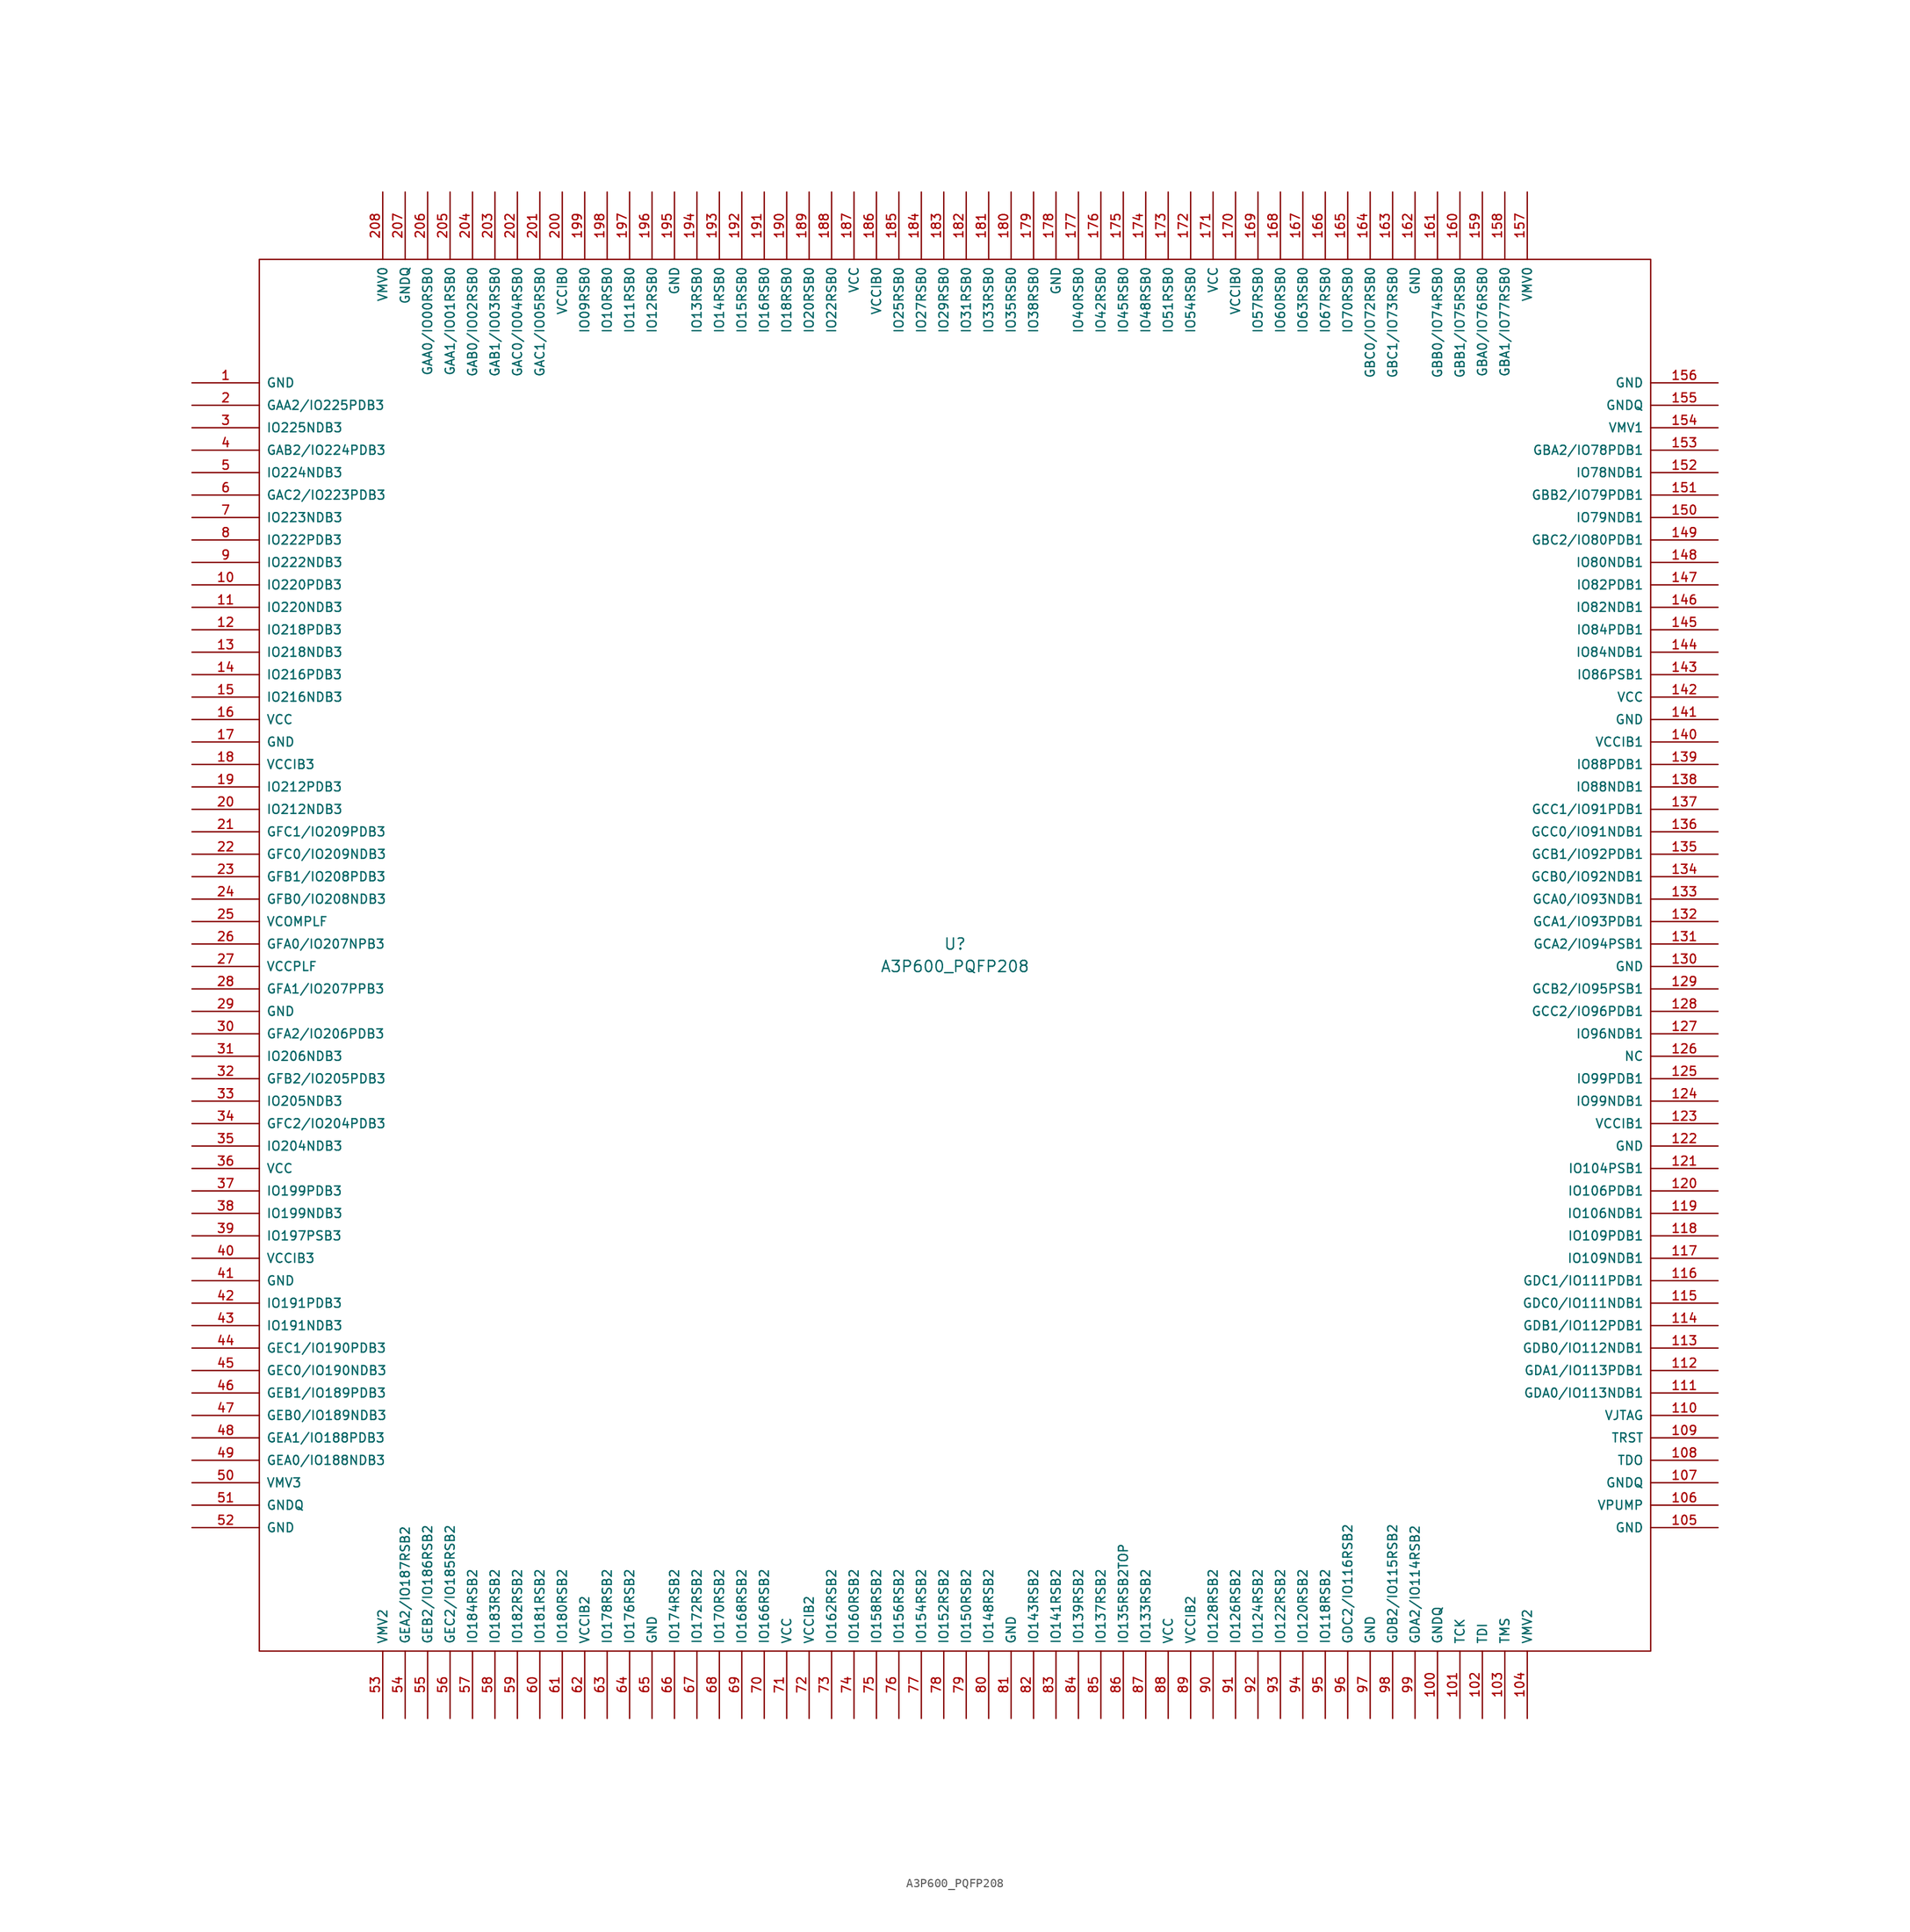
<source format=kicad_sym>
(kicad_symbol_lib
  (version 20211014)
  (generator kicad_symbol_editor)
  (symbol "A3P600_PQFP208"
    (pin_names
      (offset 0.762))
    (property "Reference" "U"
      (at 78.74 -77.47 0)
      (effects (font (size 1.27 1.27))))
    (property "Value" "A3P600_PQFP208"
      (at 78.74 -80.01 0)
      (effects (font (size 1.27 1.27))))
    (property "Footprint" ""
      (at 0 0 0)
      (effects (font (size 1.524 1.524))))
    (property "Datasheet" ""
      (at 0 0 0)
      (effects (font (size 1.524 1.524))))
    (symbol "A3P600_PQFP208_0_0"
      (rectangle (start 0 0) (end 157.48 -157.48) (stroke (width 0) (type default) (color 0 0 0 0)) (fill (type none)))
      (pin passive line (at -7.62 -13.97 0) (length 7.62) (name "GND" (effects (font (size 1.016 1.016)))) (number "1" (effects (font (size 1.016 1.016)))))
      (pin passive line (at -7.62 -36.83 0) (length 7.62) (name "IO220PDB3" (effects (font (size 1.016 1.016)))) (number "10" (effects (font (size 1.016 1.016)))))
      (pin passive line (at 133.35 -165.1 90) (length 7.62) (name "GNDQ" (effects (font (size 1.016 1.016)))) (number "100" (effects (font (size 1.016 1.016)))))
      (pin passive line (at 135.89 -165.1 90) (length 7.62) (name "TCK" (effects (font (size 1.016 1.016)))) (number "101" (effects (font (size 1.016 1.016)))))
      (pin passive line (at 138.43 -165.1 90) (length 7.62) (name "TDI" (effects (font (size 1.016 1.016)))) (number "102" (effects (font (size 1.016 1.016)))))
      (pin passive line (at 140.97 -165.1 90) (length 7.62) (name "TMS" (effects (font (size 1.016 1.016)))) (number "103" (effects (font (size 1.016 1.016)))))
      (pin passive line (at 143.51 -165.1 90) (length 7.62) (name "VMV2" (effects (font (size 1.016 1.016)))) (number "104" (effects (font (size 1.016 1.016)))))
      (pin passive line (at 165.1 -143.51 180) (length 7.62) (name "GND" (effects (font (size 1.016 1.016)))) (number "105" (effects (font (size 1.016 1.016)))))
      (pin passive line (at 165.1 -140.97 180) (length 7.62) (name "VPUMP" (effects (font (size 1.016 1.016)))) (number "106" (effects (font (size 1.016 1.016)))))
      (pin passive line (at 165.1 -138.43 180) (length 7.62) (name "GNDQ" (effects (font (size 1.016 1.016)))) (number "107" (effects (font (size 1.016 1.016)))))
      (pin passive line (at 165.1 -135.89 180) (length 7.62) (name "TDO" (effects (font (size 1.016 1.016)))) (number "108" (effects (font (size 1.016 1.016)))))
      (pin passive line (at 165.1 -133.35 180) (length 7.62) (name "TRST" (effects (font (size 1.016 1.016)))) (number "109" (effects (font (size 1.016 1.016)))))
      (pin passive line (at -7.62 -39.37 0) (length 7.62) (name "IO220NDB3" (effects (font (size 1.016 1.016)))) (number "11" (effects (font (size 1.016 1.016)))))
      (pin passive line (at 165.1 -130.81 180) (length 7.62) (name "VJTAG" (effects (font (size 1.016 1.016)))) (number "110" (effects (font (size 1.016 1.016)))))
      (pin passive line (at 165.1 -128.27 180) (length 7.62) (name "GDA0/IO113NDB1" (effects (font (size 1.016 1.016)))) (number "111" (effects (font (size 1.016 1.016)))))
      (pin passive line (at 165.1 -125.73 180) (length 7.62) (name "GDA1/IO113PDB1" (effects (font (size 1.016 1.016)))) (number "112" (effects (font (size 1.016 1.016)))))
      (pin passive line (at 165.1 -123.19 180) (length 7.62) (name "GDB0/IO112NDB1" (effects (font (size 1.016 1.016)))) (number "113" (effects (font (size 1.016 1.016)))))
      (pin passive line (at 165.1 -120.65 180) (length 7.62) (name "GDB1/IO112PDB1" (effects (font (size 1.016 1.016)))) (number "114" (effects (font (size 1.016 1.016)))))
      (pin passive line (at 165.1 -118.11 180) (length 7.62) (name "GDC0/IO111NDB1" (effects (font (size 1.016 1.016)))) (number "115" (effects (font (size 1.016 1.016)))))
      (pin passive line (at 165.1 -115.57 180) (length 7.62) (name "GDC1/IO111PDB1" (effects (font (size 1.016 1.016)))) (number "116" (effects (font (size 1.016 1.016)))))
      (pin passive line (at 165.1 -113.03 180) (length 7.62) (name "IO109NDB1" (effects (font (size 1.016 1.016)))) (number "117" (effects (font (size 1.016 1.016)))))
      (pin passive line (at 165.1 -110.49 180) (length 7.62) (name "IO109PDB1" (effects (font (size 1.016 1.016)))) (number "118" (effects (font (size 1.016 1.016)))))
      (pin passive line (at 165.1 -107.95 180) (length 7.62) (name "IO106NDB1" (effects (font (size 1.016 1.016)))) (number "119" (effects (font (size 1.016 1.016)))))
      (pin passive line (at -7.62 -41.91 0) (length 7.62) (name "IO218PDB3" (effects (font (size 1.016 1.016)))) (number "12" (effects (font (size 1.016 1.016)))))
      (pin passive line (at 165.1 -105.41 180) (length 7.62) (name "IO106PDB1" (effects (font (size 1.016 1.016)))) (number "120" (effects (font (size 1.016 1.016)))))
      (pin passive line (at 165.1 -102.87 180) (length 7.62) (name "IO104PSB1" (effects (font (size 1.016 1.016)))) (number "121" (effects (font (size 1.016 1.016)))))
      (pin passive line (at 165.1 -100.33 180) (length 7.62) (name "GND" (effects (font (size 1.016 1.016)))) (number "122" (effects (font (size 1.016 1.016)))))
      (pin passive line (at 165.1 -97.79 180) (length 7.62) (name "VCCIB1" (effects (font (size 1.016 1.016)))) (number "123" (effects (font (size 1.016 1.016)))))
      (pin passive line (at 165.1 -95.25 180) (length 7.62) (name "IO99NDB1" (effects (font (size 1.016 1.016)))) (number "124" (effects (font (size 1.016 1.016)))))
      (pin passive line (at 165.1 -92.71 180) (length 7.62) (name "IO99PDB1" (effects (font (size 1.016 1.016)))) (number "125" (effects (font (size 1.016 1.016)))))
      (pin passive line (at 165.1 -90.17 180) (length 7.62) (name "NC" (effects (font (size 1.016 1.016)))) (number "126" (effects (font (size 1.016 1.016)))))
      (pin passive line (at 165.1 -87.63 180) (length 7.62) (name "IO96NDB1" (effects (font (size 1.016 1.016)))) (number "127" (effects (font (size 1.016 1.016)))))
      (pin passive line (at 165.1 -85.09 180) (length 7.62) (name "GCC2/IO96PDB1" (effects (font (size 1.016 1.016)))) (number "128" (effects (font (size 1.016 1.016)))))
      (pin passive line (at 165.1 -82.55 180) (length 7.62) (name "GCB2/IO95PSB1" (effects (font (size 1.016 1.016)))) (number "129" (effects (font (size 1.016 1.016)))))
      (pin passive line (at -7.62 -44.45 0) (length 7.62) (name "IO218NDB3" (effects (font (size 1.016 1.016)))) (number "13" (effects (font (size 1.016 1.016)))))
      (pin passive line (at 165.1 -80.01 180) (length 7.62) (name "GND" (effects (font (size 1.016 1.016)))) (number "130" (effects (font (size 1.016 1.016)))))
      (pin passive line (at 165.1 -77.47 180) (length 7.62) (name "GCA2/IO94PSB1" (effects (font (size 1.016 1.016)))) (number "131" (effects (font (size 1.016 1.016)))))
      (pin passive line (at 165.1 -74.93 180) (length 7.62) (name "GCA1/IO93PDB1" (effects (font (size 1.016 1.016)))) (number "132" (effects (font (size 1.016 1.016)))))
      (pin passive line (at 165.1 -72.39 180) (length 7.62) (name "GCA0/IO93NDB1" (effects (font (size 1.016 1.016)))) (number "133" (effects (font (size 1.016 1.016)))))
      (pin passive line (at 165.1 -69.85 180) (length 7.62) (name "GCB0/IO92NDB1" (effects (font (size 1.016 1.016)))) (number "134" (effects (font (size 1.016 1.016)))))
      (pin passive line (at 165.1 -67.31 180) (length 7.62) (name "GCB1/IO92PDB1" (effects (font (size 1.016 1.016)))) (number "135" (effects (font (size 1.016 1.016)))))
      (pin passive line (at 165.1 -64.77 180) (length 7.62) (name "GCC0/IO91NDB1" (effects (font (size 1.016 1.016)))) (number "136" (effects (font (size 1.016 1.016)))))
      (pin passive line (at 165.1 -62.23 180) (length 7.62) (name "GCC1/IO91PDB1" (effects (font (size 1.016 1.016)))) (number "137" (effects (font (size 1.016 1.016)))))
      (pin passive line (at 165.1 -59.69 180) (length 7.62) (name "IO88NDB1" (effects (font (size 1.016 1.016)))) (number "138" (effects (font (size 1.016 1.016)))))
      (pin passive line (at 165.1 -57.15 180) (length 7.62) (name "IO88PDB1" (effects (font (size 1.016 1.016)))) (number "139" (effects (font (size 1.016 1.016)))))
      (pin passive line (at -7.62 -46.99 0) (length 7.62) (name "IO216PDB3" (effects (font (size 1.016 1.016)))) (number "14" (effects (font (size 1.016 1.016)))))
      (pin passive line (at 165.1 -54.61 180) (length 7.62) (name "VCCIB1" (effects (font (size 1.016 1.016)))) (number "140" (effects (font (size 1.016 1.016)))))
      (pin passive line (at 165.1 -52.07 180) (length 7.62) (name "GND" (effects (font (size 1.016 1.016)))) (number "141" (effects (font (size 1.016 1.016)))))
      (pin passive line (at 165.1 -49.53 180) (length 7.62) (name "VCC" (effects (font (size 1.016 1.016)))) (number "142" (effects (font (size 1.016 1.016)))))
      (pin passive line (at 165.1 -46.99 180) (length 7.62) (name "IO86PSB1" (effects (font (size 1.016 1.016)))) (number "143" (effects (font (size 1.016 1.016)))))
      (pin passive line (at 165.1 -44.45 180) (length 7.62) (name "IO84NDB1" (effects (font (size 1.016 1.016)))) (number "144" (effects (font (size 1.016 1.016)))))
      (pin passive line (at 165.1 -41.91 180) (length 7.62) (name "IO84PDB1" (effects (font (size 1.016 1.016)))) (number "145" (effects (font (size 1.016 1.016)))))
      (pin passive line (at 165.1 -39.37 180) (length 7.62) (name "IO82NDB1" (effects (font (size 1.016 1.016)))) (number "146" (effects (font (size 1.016 1.016)))))
      (pin passive line (at 165.1 -36.83 180) (length 7.62) (name "IO82PDB1" (effects (font (size 1.016 1.016)))) (number "147" (effects (font (size 1.016 1.016)))))
      (pin passive line (at 165.1 -34.29 180) (length 7.62) (name "IO80NDB1" (effects (font (size 1.016 1.016)))) (number "148" (effects (font (size 1.016 1.016)))))
      (pin passive line (at 165.1 -31.75 180) (length 7.62) (name "GBC2/IO80PDB1" (effects (font (size 1.016 1.016)))) (number "149" (effects (font (size 1.016 1.016)))))
      (pin passive line (at -7.62 -49.53 0) (length 7.62) (name "IO216NDB3" (effects (font (size 1.016 1.016)))) (number "15" (effects (font (size 1.016 1.016)))))
      (pin passive line (at 165.1 -29.21 180) (length 7.62) (name "IO79NDB1" (effects (font (size 1.016 1.016)))) (number "150" (effects (font (size 1.016 1.016)))))
      (pin passive line (at 165.1 -26.67 180) (length 7.62) (name "GBB2/IO79PDB1" (effects (font (size 1.016 1.016)))) (number "151" (effects (font (size 1.016 1.016)))))
      (pin passive line (at 165.1 -24.13 180) (length 7.62) (name "IO78NDB1" (effects (font (size 1.016 1.016)))) (number "152" (effects (font (size 1.016 1.016)))))
      (pin passive line (at 165.1 -21.59 180) (length 7.62) (name "GBA2/IO78PDB1" (effects (font (size 1.016 1.016)))) (number "153" (effects (font (size 1.016 1.016)))))
      (pin passive line (at 165.1 -19.05 180) (length 7.62) (name "VMV1" (effects (font (size 1.016 1.016)))) (number "154" (effects (font (size 1.016 1.016)))))
      (pin passive line (at 165.1 -16.51 180) (length 7.62) (name "GNDQ" (effects (font (size 1.016 1.016)))) (number "155" (effects (font (size 1.016 1.016)))))
      (pin passive line (at 165.1 -13.97 180) (length 7.62) (name "GND" (effects (font (size 1.016 1.016)))) (number "156" (effects (font (size 1.016 1.016)))))
      (pin passive line (at 143.51 7.62 270) (length 7.62) (name "VMV0" (effects (font (size 1.016 1.016)))) (number "157" (effects (font (size 1.016 1.016)))))
      (pin passive line (at 140.97 7.62 270) (length 7.62) (name "GBA1/IO77RSB0" (effects (font (size 1.016 1.016)))) (number "158" (effects (font (size 1.016 1.016)))))
      (pin passive line (at 138.43 7.62 270) (length 7.62) (name "GBA0/IO76RSB0" (effects (font (size 1.016 1.016)))) (number "159" (effects (font (size 1.016 1.016)))))
      (pin passive line (at -7.62 -52.07 0) (length 7.62) (name "VCC" (effects (font (size 1.016 1.016)))) (number "16" (effects (font (size 1.016 1.016)))))
      (pin passive line (at 135.89 7.62 270) (length 7.62) (name "GBB1/IO75RSB0" (effects (font (size 1.016 1.016)))) (number "160" (effects (font (size 1.016 1.016)))))
      (pin passive line (at 133.35 7.62 270) (length 7.62) (name "GBB0/IO74RSB0" (effects (font (size 1.016 1.016)))) (number "161" (effects (font (size 1.016 1.016)))))
      (pin passive line (at 130.81 7.62 270) (length 7.62) (name "GND" (effects (font (size 1.016 1.016)))) (number "162" (effects (font (size 1.016 1.016)))))
      (pin passive line (at 128.27 7.62 270) (length 7.62) (name "GBC1/IO73RSB0" (effects (font (size 1.016 1.016)))) (number "163" (effects (font (size 1.016 1.016)))))
      (pin passive line (at 125.73 7.62 270) (length 7.62) (name "GBC0/IO72RSB0" (effects (font (size 1.016 1.016)))) (number "164" (effects (font (size 1.016 1.016)))))
      (pin passive line (at 123.19 7.62 270) (length 7.62) (name "IO70RSB0" (effects (font (size 1.016 1.016)))) (number "165" (effects (font (size 1.016 1.016)))))
      (pin passive line (at 120.65 7.62 270) (length 7.62) (name "IO67RSB0" (effects (font (size 1.016 1.016)))) (number "166" (effects (font (size 1.016 1.016)))))
      (pin passive line (at 118.11 7.62 270) (length 7.62) (name "IO63RSB0" (effects (font (size 1.016 1.016)))) (number "167" (effects (font (size 1.016 1.016)))))
      (pin passive line (at 115.57 7.62 270) (length 7.62) (name "IO60RSB0" (effects (font (size 1.016 1.016)))) (number "168" (effects (font (size 1.016 1.016)))))
      (pin passive line (at 113.03 7.62 270) (length 7.62) (name "IO57RSB0" (effects (font (size 1.016 1.016)))) (number "169" (effects (font (size 1.016 1.016)))))
      (pin passive line (at -7.62 -54.61 0) (length 7.62) (name "GND" (effects (font (size 1.016 1.016)))) (number "17" (effects (font (size 1.016 1.016)))))
      (pin passive line (at 110.49 7.62 270) (length 7.62) (name "VCCIB0" (effects (font (size 1.016 1.016)))) (number "170" (effects (font (size 1.016 1.016)))))
      (pin passive line (at 107.95 7.62 270) (length 7.62) (name "VCC" (effects (font (size 1.016 1.016)))) (number "171" (effects (font (size 1.016 1.016)))))
      (pin passive line (at 105.41 7.62 270) (length 7.62) (name "IO54RSB0" (effects (font (size 1.016 1.016)))) (number "172" (effects (font (size 1.016 1.016)))))
      (pin passive line (at 102.87 7.62 270) (length 7.62) (name "IO51RSB0" (effects (font (size 1.016 1.016)))) (number "173" (effects (font (size 1.016 1.016)))))
      (pin passive line (at 100.33 7.62 270) (length 7.62) (name "IO48RSB0" (effects (font (size 1.016 1.016)))) (number "174" (effects (font (size 1.016 1.016)))))
      (pin passive line (at 97.79 7.62 270) (length 7.62) (name "IO45RSB0" (effects (font (size 1.016 1.016)))) (number "175" (effects (font (size 1.016 1.016)))))
      (pin passive line (at 95.25 7.62 270) (length 7.62) (name "IO42RSB0" (effects (font (size 1.016 1.016)))) (number "176" (effects (font (size 1.016 1.016)))))
      (pin passive line (at 92.71 7.62 270) (length 7.62) (name "IO40RSB0" (effects (font (size 1.016 1.016)))) (number "177" (effects (font (size 1.016 1.016)))))
      (pin passive line (at 90.17 7.62 270) (length 7.62) (name "GND" (effects (font (size 1.016 1.016)))) (number "178" (effects (font (size 1.016 1.016)))))
      (pin passive line (at 87.63 7.62 270) (length 7.62) (name "IO38RSB0" (effects (font (size 1.016 1.016)))) (number "179" (effects (font (size 1.016 1.016)))))
      (pin passive line (at -7.62 -57.15 0) (length 7.62) (name "VCCIB3" (effects (font (size 1.016 1.016)))) (number "18" (effects (font (size 1.016 1.016)))))
      (pin passive line (at 85.09 7.62 270) (length 7.62) (name "IO35RSB0" (effects (font (size 1.016 1.016)))) (number "180" (effects (font (size 1.016 1.016)))))
      (pin passive line (at 82.55 7.62 270) (length 7.62) (name "IO33RSB0" (effects (font (size 1.016 1.016)))) (number "181" (effects (font (size 1.016 1.016)))))
      (pin passive line (at 80.01 7.62 270) (length 7.62) (name "IO31RSB0" (effects (font (size 1.016 1.016)))) (number "182" (effects (font (size 1.016 1.016)))))
      (pin passive line (at 77.47 7.62 270) (length 7.62) (name "IO29RSB0" (effects (font (size 1.016 1.016)))) (number "183" (effects (font (size 1.016 1.016)))))
      (pin passive line (at 74.93 7.62 270) (length 7.62) (name "IO27RSB0" (effects (font (size 1.016 1.016)))) (number "184" (effects (font (size 1.016 1.016)))))
      (pin passive line (at 72.39 7.62 270) (length 7.62) (name "IO25RSB0" (effects (font (size 1.016 1.016)))) (number "185" (effects (font (size 1.016 1.016)))))
      (pin passive line (at 69.85 7.62 270) (length 7.62) (name "VCCIB0" (effects (font (size 1.016 1.016)))) (number "186" (effects (font (size 1.016 1.016)))))
      (pin passive line (at 67.31 7.62 270) (length 7.62) (name "VCC" (effects (font (size 1.016 1.016)))) (number "187" (effects (font (size 1.016 1.016)))))
      (pin passive line (at 64.77 7.62 270) (length 7.62) (name "IO22RSB0" (effects (font (size 1.016 1.016)))) (number "188" (effects (font (size 1.016 1.016)))))
      (pin passive line (at 62.23 7.62 270) (length 7.62) (name "IO20RSB0" (effects (font (size 1.016 1.016)))) (number "189" (effects (font (size 1.016 1.016)))))
      (pin passive line (at -7.62 -59.69 0) (length 7.62) (name "IO212PDB3" (effects (font (size 1.016 1.016)))) (number "19" (effects (font (size 1.016 1.016)))))
      (pin passive line (at 59.69 7.62 270) (length 7.62) (name "IO18RSB0" (effects (font (size 1.016 1.016)))) (number "190" (effects (font (size 1.016 1.016)))))
      (pin passive line (at 57.15 7.62 270) (length 7.62) (name "IO16RSB0" (effects (font (size 1.016 1.016)))) (number "191" (effects (font (size 1.016 1.016)))))
      (pin passive line (at 54.61 7.62 270) (length 7.62) (name "IO15RSB0" (effects (font (size 1.016 1.016)))) (number "192" (effects (font (size 1.016 1.016)))))
      (pin passive line (at 52.07 7.62 270) (length 7.62) (name "IO14RSB0" (effects (font (size 1.016 1.016)))) (number "193" (effects (font (size 1.016 1.016)))))
      (pin passive line (at 49.53 7.62 270) (length 7.62) (name "IO13RSB0" (effects (font (size 1.016 1.016)))) (number "194" (effects (font (size 1.016 1.016)))))
      (pin passive line (at 46.99 7.62 270) (length 7.62) (name "GND" (effects (font (size 1.016 1.016)))) (number "195" (effects (font (size 1.016 1.016)))))
      (pin passive line (at 44.45 7.62 270) (length 7.62) (name "IO12RSB0" (effects (font (size 1.016 1.016)))) (number "196" (effects (font (size 1.016 1.016)))))
      (pin passive line (at 41.91 7.62 270) (length 7.62) (name "IO11RSB0" (effects (font (size 1.016 1.016)))) (number "197" (effects (font (size 1.016 1.016)))))
      (pin passive line (at 39.37 7.62 270) (length 7.62) (name "IO10RSB0" (effects (font (size 1.016 1.016)))) (number "198" (effects (font (size 1.016 1.016)))))
      (pin passive line (at 36.83 7.62 270) (length 7.62) (name "IO09RSB0" (effects (font (size 1.016 1.016)))) (number "199" (effects (font (size 1.016 1.016)))))
      (pin passive line (at -7.62 -16.51 0) (length 7.62) (name "GAA2/IO225PDB3" (effects (font (size 1.016 1.016)))) (number "2" (effects (font (size 1.016 1.016)))))
      (pin passive line (at -7.62 -62.23 0) (length 7.62) (name "IO212NDB3" (effects (font (size 1.016 1.016)))) (number "20" (effects (font (size 1.016 1.016)))))
      (pin passive line (at 34.29 7.62 270) (length 7.62) (name "VCCIB0" (effects (font (size 1.016 1.016)))) (number "200" (effects (font (size 1.016 1.016)))))
      (pin passive line (at 31.75 7.62 270) (length 7.62) (name "GAC1/IO05RSB0" (effects (font (size 1.016 1.016)))) (number "201" (effects (font (size 1.016 1.016)))))
      (pin passive line (at 29.21 7.62 270) (length 7.62) (name "GAC0/IO04RSB0" (effects (font (size 1.016 1.016)))) (number "202" (effects (font (size 1.016 1.016)))))
      (pin passive line (at 26.67 7.62 270) (length 7.62) (name "GAB1/IO03RSB0" (effects (font (size 1.016 1.016)))) (number "203" (effects (font (size 1.016 1.016)))))
      (pin passive line (at 24.13 7.62 270) (length 7.62) (name "GAB0/IO02RSB0" (effects (font (size 1.016 1.016)))) (number "204" (effects (font (size 1.016 1.016)))))
      (pin passive line (at 21.59 7.62 270) (length 7.62) (name "GAA1/IO01RSB0" (effects (font (size 1.016 1.016)))) (number "205" (effects (font (size 1.016 1.016)))))
      (pin passive line (at 19.05 7.62 270) (length 7.62) (name "GAA0/IO00RSB0" (effects (font (size 1.016 1.016)))) (number "206" (effects (font (size 1.016 1.016)))))
      (pin passive line (at 16.51 7.62 270) (length 7.62) (name "GNDQ" (effects (font (size 1.016 1.016)))) (number "207" (effects (font (size 1.016 1.016)))))
      (pin passive line (at 13.97 7.62 270) (length 7.62) (name "VMV0" (effects (font (size 1.016 1.016)))) (number "208" (effects (font (size 1.016 1.016)))))
      (pin passive line (at -7.62 -64.77 0) (length 7.62) (name "GFC1/IO209PDB3" (effects (font (size 1.016 1.016)))) (number "21" (effects (font (size 1.016 1.016)))))
      (pin passive line (at -7.62 -67.31 0) (length 7.62) (name "GFC0/IO209NDB3" (effects (font (size 1.016 1.016)))) (number "22" (effects (font (size 1.016 1.016)))))
      (pin passive line (at -7.62 -69.85 0) (length 7.62) (name "GFB1/IO208PDB3" (effects (font (size 1.016 1.016)))) (number "23" (effects (font (size 1.016 1.016)))))
      (pin passive line (at -7.62 -72.39 0) (length 7.62) (name "GFB0/IO208NDB3" (effects (font (size 1.016 1.016)))) (number "24" (effects (font (size 1.016 1.016)))))
      (pin passive line (at -7.62 -74.93 0) (length 7.62) (name "VCOMPLF" (effects (font (size 1.016 1.016)))) (number "25" (effects (font (size 1.016 1.016)))))
      (pin passive line (at -7.62 -77.47 0) (length 7.62) (name "GFA0/IO207NPB3" (effects (font (size 1.016 1.016)))) (number "26" (effects (font (size 1.016 1.016)))))
      (pin passive line (at -7.62 -80.01 0) (length 7.62) (name "VCCPLF" (effects (font (size 1.016 1.016)))) (number "27" (effects (font (size 1.016 1.016)))))
      (pin passive line (at -7.62 -82.55 0) (length 7.62) (name "GFA1/IO207PPB3" (effects (font (size 1.016 1.016)))) (number "28" (effects (font (size 1.016 1.016)))))
      (pin passive line (at -7.62 -85.09 0) (length 7.62) (name "GND" (effects (font (size 1.016 1.016)))) (number "29" (effects (font (size 1.016 1.016)))))
      (pin passive line (at -7.62 -19.05 0) (length 7.62) (name "IO225NDB3" (effects (font (size 1.016 1.016)))) (number "3" (effects (font (size 1.016 1.016)))))
      (pin passive line (at -7.62 -87.63 0) (length 7.62) (name "GFA2/IO206PDB3" (effects (font (size 1.016 1.016)))) (number "30" (effects (font (size 1.016 1.016)))))
      (pin passive line (at -7.62 -90.17 0) (length 7.62) (name "IO206NDB3" (effects (font (size 1.016 1.016)))) (number "31" (effects (font (size 1.016 1.016)))))
      (pin passive line (at -7.62 -92.71 0) (length 7.62) (name "GFB2/IO205PDB3" (effects (font (size 1.016 1.016)))) (number "32" (effects (font (size 1.016 1.016)))))
      (pin passive line (at -7.62 -95.25 0) (length 7.62) (name "IO205NDB3" (effects (font (size 1.016 1.016)))) (number "33" (effects (font (size 1.016 1.016)))))
      (pin passive line (at -7.62 -97.79 0) (length 7.62) (name "GFC2/IO204PDB3" (effects (font (size 1.016 1.016)))) (number "34" (effects (font (size 1.016 1.016)))))
      (pin passive line (at -7.62 -100.33 0) (length 7.62) (name "IO204NDB3" (effects (font (size 1.016 1.016)))) (number "35" (effects (font (size 1.016 1.016)))))
      (pin passive line (at -7.62 -102.87 0) (length 7.62) (name "VCC" (effects (font (size 1.016 1.016)))) (number "36" (effects (font (size 1.016 1.016)))))
      (pin passive line (at -7.62 -105.41 0) (length 7.62) (name "IO199PDB3" (effects (font (size 1.016 1.016)))) (number "37" (effects (font (size 1.016 1.016)))))
      (pin passive line (at -7.62 -107.95 0) (length 7.62) (name "IO199NDB3" (effects (font (size 1.016 1.016)))) (number "38" (effects (font (size 1.016 1.016)))))
      (pin passive line (at -7.62 -110.49 0) (length 7.62) (name "IO197PSB3" (effects (font (size 1.016 1.016)))) (number "39" (effects (font (size 1.016 1.016)))))
      (pin passive line (at -7.62 -21.59 0) (length 7.62) (name "GAB2/IO224PDB3" (effects (font (size 1.016 1.016)))) (number "4" (effects (font (size 1.016 1.016)))))
      (pin passive line (at -7.62 -113.03 0) (length 7.62) (name "VCCIB3" (effects (font (size 1.016 1.016)))) (number "40" (effects (font (size 1.016 1.016)))))
      (pin passive line (at -7.62 -115.57 0) (length 7.62) (name "GND" (effects (font (size 1.016 1.016)))) (number "41" (effects (font (size 1.016 1.016)))))
      (pin passive line (at -7.62 -118.11 0) (length 7.62) (name "IO191PDB3" (effects (font (size 1.016 1.016)))) (number "42" (effects (font (size 1.016 1.016)))))
      (pin passive line (at -7.62 -120.65 0) (length 7.62) (name "IO191NDB3" (effects (font (size 1.016 1.016)))) (number "43" (effects (font (size 1.016 1.016)))))
      (pin passive line (at -7.62 -123.19 0) (length 7.62) (name "GEC1/IO190PDB3" (effects (font (size 1.016 1.016)))) (number "44" (effects (font (size 1.016 1.016)))))
      (pin passive line (at -7.62 -125.73 0) (length 7.62) (name "GEC0/IO190NDB3" (effects (font (size 1.016 1.016)))) (number "45" (effects (font (size 1.016 1.016)))))
      (pin passive line (at -7.62 -128.27 0) (length 7.62) (name "GEB1/IO189PDB3" (effects (font (size 1.016 1.016)))) (number "46" (effects (font (size 1.016 1.016)))))
      (pin passive line (at -7.62 -130.81 0) (length 7.62) (name "GEB0/IO189NDB3" (effects (font (size 1.016 1.016)))) (number "47" (effects (font (size 1.016 1.016)))))
      (pin passive line (at -7.62 -133.35 0) (length 7.62) (name "GEA1/IO188PDB3" (effects (font (size 1.016 1.016)))) (number "48" (effects (font (size 1.016 1.016)))))
      (pin passive line (at -7.62 -135.89 0) (length 7.62) (name "GEA0/IO188NDB3" (effects (font (size 1.016 1.016)))) (number "49" (effects (font (size 1.016 1.016)))))
      (pin passive line (at -7.62 -24.13 0) (length 7.62) (name "IO224NDB3" (effects (font (size 1.016 1.016)))) (number "5" (effects (font (size 1.016 1.016)))))
      (pin passive line (at -7.62 -138.43 0) (length 7.62) (name "VMV3" (effects (font (size 1.016 1.016)))) (number "50" (effects (font (size 1.016 1.016)))))
      (pin passive line (at -7.62 -140.97 0) (length 7.62) (name "GNDQ" (effects (font (size 1.016 1.016)))) (number "51" (effects (font (size 1.016 1.016)))))
      (pin passive line (at -7.62 -143.51 0) (length 7.62) (name "GND" (effects (font (size 1.016 1.016)))) (number "52" (effects (font (size 1.016 1.016)))))
      (pin passive line (at 13.97 -165.1 90) (length 7.62) (name "VMV2" (effects (font (size 1.016 1.016)))) (number "53" (effects (font (size 1.016 1.016)))))
      (pin passive line (at 16.51 -165.1 90) (length 7.62) (name "GEA2/IO187RSB2" (effects (font (size 1.016 1.016)))) (number "54" (effects (font (size 1.016 1.016)))))
      (pin passive line (at 19.05 -165.1 90) (length 7.62) (name "GEB2/IO186RSB2" (effects (font (size 1.016 1.016)))) (number "55" (effects (font (size 1.016 1.016)))))
      (pin passive line (at 21.59 -165.1 90) (length 7.62) (name "GEC2/IO185RSB2" (effects (font (size 1.016 1.016)))) (number "56" (effects (font (size 1.016 1.016)))))
      (pin passive line (at 24.13 -165.1 90) (length 7.62) (name "IO184RSB2" (effects (font (size 1.016 1.016)))) (number "57" (effects (font (size 1.016 1.016)))))
      (pin passive line (at 26.67 -165.1 90) (length 7.62) (name "IO183RSB2" (effects (font (size 1.016 1.016)))) (number "58" (effects (font (size 1.016 1.016)))))
      (pin passive line (at 29.21 -165.1 90) (length 7.62) (name "IO182RSB2" (effects (font (size 1.016 1.016)))) (number "59" (effects (font (size 1.016 1.016)))))
      (pin passive line (at -7.62 -26.67 0) (length 7.62) (name "GAC2/IO223PDB3" (effects (font (size 1.016 1.016)))) (number "6" (effects (font (size 1.016 1.016)))))
      (pin passive line (at 31.75 -165.1 90) (length 7.62) (name "IO181RSB2" (effects (font (size 1.016 1.016)))) (number "60" (effects (font (size 1.016 1.016)))))
      (pin passive line (at 34.29 -165.1 90) (length 7.62) (name "IO180RSB2" (effects (font (size 1.016 1.016)))) (number "61" (effects (font (size 1.016 1.016)))))
      (pin passive line (at 36.83 -165.1 90) (length 7.62) (name "VCCIB2" (effects (font (size 1.016 1.016)))) (number "62" (effects (font (size 1.016 1.016)))))
      (pin passive line (at 39.37 -165.1 90) (length 7.62) (name "IO178RSB2" (effects (font (size 1.016 1.016)))) (number "63" (effects (font (size 1.016 1.016)))))
      (pin passive line (at 41.91 -165.1 90) (length 7.62) (name "IO176RSB2" (effects (font (size 1.016 1.016)))) (number "64" (effects (font (size 1.016 1.016)))))
      (pin passive line (at 44.45 -165.1 90) (length 7.62) (name "GND" (effects (font (size 1.016 1.016)))) (number "65" (effects (font (size 1.016 1.016)))))
      (pin passive line (at 46.99 -165.1 90) (length 7.62) (name "IO174RSB2" (effects (font (size 1.016 1.016)))) (number "66" (effects (font (size 1.016 1.016)))))
      (pin passive line (at 49.53 -165.1 90) (length 7.62) (name "IO172RSB2" (effects (font (size 1.016 1.016)))) (number "67" (effects (font (size 1.016 1.016)))))
      (pin passive line (at 52.07 -165.1 90) (length 7.62) (name "IO170RSB2" (effects (font (size 1.016 1.016)))) (number "68" (effects (font (size 1.016 1.016)))))
      (pin passive line (at 54.61 -165.1 90) (length 7.62) (name "IO168RSB2" (effects (font (size 1.016 1.016)))) (number "69" (effects (font (size 1.016 1.016)))))
      (pin passive line (at -7.62 -29.21 0) (length 7.62) (name "IO223NDB3" (effects (font (size 1.016 1.016)))) (number "7" (effects (font (size 1.016 1.016)))))
      (pin passive line (at 57.15 -165.1 90) (length 7.62) (name "IO166RSB2" (effects (font (size 1.016 1.016)))) (number "70" (effects (font (size 1.016 1.016)))))
      (pin passive line (at 59.69 -165.1 90) (length 7.62) (name "VCC" (effects (font (size 1.016 1.016)))) (number "71" (effects (font (size 1.016 1.016)))))
      (pin passive line (at 62.23 -165.1 90) (length 7.62) (name "VCCIB2" (effects (font (size 1.016 1.016)))) (number "72" (effects (font (size 1.016 1.016)))))
      (pin passive line (at 64.77 -165.1 90) (length 7.62) (name "IO162RSB2" (effects (font (size 1.016 1.016)))) (number "73" (effects (font (size 1.016 1.016)))))
      (pin passive line (at 67.31 -165.1 90) (length 7.62) (name "IO160RSB2" (effects (font (size 1.016 1.016)))) (number "74" (effects (font (size 1.016 1.016)))))
      (pin passive line (at 69.85 -165.1 90) (length 7.62) (name "IO158RSB2" (effects (font (size 1.016 1.016)))) (number "75" (effects (font (size 1.016 1.016)))))
      (pin passive line (at 72.39 -165.1 90) (length 7.62) (name "IO156RSB2" (effects (font (size 1.016 1.016)))) (number "76" (effects (font (size 1.016 1.016)))))
      (pin passive line (at 74.93 -165.1 90) (length 7.62) (name "IO154RSB2" (effects (font (size 1.016 1.016)))) (number "77" (effects (font (size 1.016 1.016)))))
      (pin passive line (at 77.47 -165.1 90) (length 7.62) (name "IO152RSB2" (effects (font (size 1.016 1.016)))) (number "78" (effects (font (size 1.016 1.016)))))
      (pin passive line (at 80.01 -165.1 90) (length 7.62) (name "IO150RSB2" (effects (font (size 1.016 1.016)))) (number "79" (effects (font (size 1.016 1.016)))))
      (pin passive line (at -7.62 -31.75 0) (length 7.62) (name "IO222PDB3" (effects (font (size 1.016 1.016)))) (number "8" (effects (font (size 1.016 1.016)))))
      (pin passive line (at 82.55 -165.1 90) (length 7.62) (name "IO148RSB2" (effects (font (size 1.016 1.016)))) (number "80" (effects (font (size 1.016 1.016)))))
      (pin passive line (at 85.09 -165.1 90) (length 7.62) (name "GND" (effects (font (size 1.016 1.016)))) (number "81" (effects (font (size 1.016 1.016)))))
      (pin passive line (at 87.63 -165.1 90) (length 7.62) (name "IO143RSB2" (effects (font (size 1.016 1.016)))) (number "82" (effects (font (size 1.016 1.016)))))
      (pin passive line (at 90.17 -165.1 90) (length 7.62) (name "IO141RSB2" (effects (font (size 1.016 1.016)))) (number "83" (effects (font (size 1.016 1.016)))))
      (pin passive line (at 92.71 -165.1 90) (length 7.62) (name "IO139RSB2" (effects (font (size 1.016 1.016)))) (number "84" (effects (font (size 1.016 1.016)))))
      (pin passive line (at 95.25 -165.1 90) (length 7.62) (name "IO137RSB2" (effects (font (size 1.016 1.016)))) (number "85" (effects (font (size 1.016 1.016)))))
      (pin passive line (at 97.79 -165.1 90) (length 7.62) (name "IO135RSB2TOP" (effects (font (size 1.016 1.016)))) (number "86" (effects (font (size 1.016 1.016)))))
      (pin passive line (at 100.33 -165.1 90) (length 7.62) (name "IO133RSB2" (effects (font (size 1.016 1.016)))) (number "87" (effects (font (size 1.016 1.016)))))
      (pin passive line (at 102.87 -165.1 90) (length 7.62) (name "VCC" (effects (font (size 1.016 1.016)))) (number "88" (effects (font (size 1.016 1.016)))))
      (pin passive line (at 105.41 -165.1 90) (length 7.62) (name "VCCIB2" (effects (font (size 1.016 1.016)))) (number "89" (effects (font (size 1.016 1.016)))))
      (pin passive line (at -7.62 -34.29 0) (length 7.62) (name "IO222NDB3" (effects (font (size 1.016 1.016)))) (number "9" (effects (font (size 1.016 1.016)))))
      (pin passive line (at 107.95 -165.1 90) (length 7.62) (name "IO128RSB2" (effects (font (size 1.016 1.016)))) (number "90" (effects (font (size 1.016 1.016)))))
      (pin passive line (at 110.49 -165.1 90) (length 7.62) (name "IO126RSB2" (effects (font (size 1.016 1.016)))) (number "91" (effects (font (size 1.016 1.016)))))
      (pin passive line (at 113.03 -165.1 90) (length 7.62) (name "IO124RSB2" (effects (font (size 1.016 1.016)))) (number "92" (effects (font (size 1.016 1.016)))))
      (pin passive line (at 115.57 -165.1 90) (length 7.62) (name "IO122RSB2" (effects (font (size 1.016 1.016)))) (number "93" (effects (font (size 1.016 1.016)))))
      (pin passive line (at 118.11 -165.1 90) (length 7.62) (name "IO120RSB2" (effects (font (size 1.016 1.016)))) (number "94" (effects (font (size 1.016 1.016)))))
      (pin passive line (at 120.65 -165.1 90) (length 7.62) (name "IO118RSB2" (effects (font (size 1.016 1.016)))) (number "95" (effects (font (size 1.016 1.016)))))
      (pin passive line (at 123.19 -165.1 90) (length 7.62) (name "GDC2/IO116RSB2" (effects (font (size 1.016 1.016)))) (number "96" (effects (font (size 1.016 1.016)))))
      (pin passive line (at 125.73 -165.1 90) (length 7.62) (name "GND" (effects (font (size 1.016 1.016)))) (number "97" (effects (font (size 1.016 1.016)))))
      (pin passive line (at 128.27 -165.1 90) (length 7.62) (name "GDB2/IO115RSB2" (effects (font (size 1.016 1.016)))) (number "98" (effects (font (size 1.016 1.016)))))
      (pin passive line (at 130.81 -165.1 90) (length 7.62) (name "GDA2/IO114RSB2" (effects (font (size 1.016 1.016)))) (number "99" (effects (font (size 1.016 1.016))))))))
</source>
